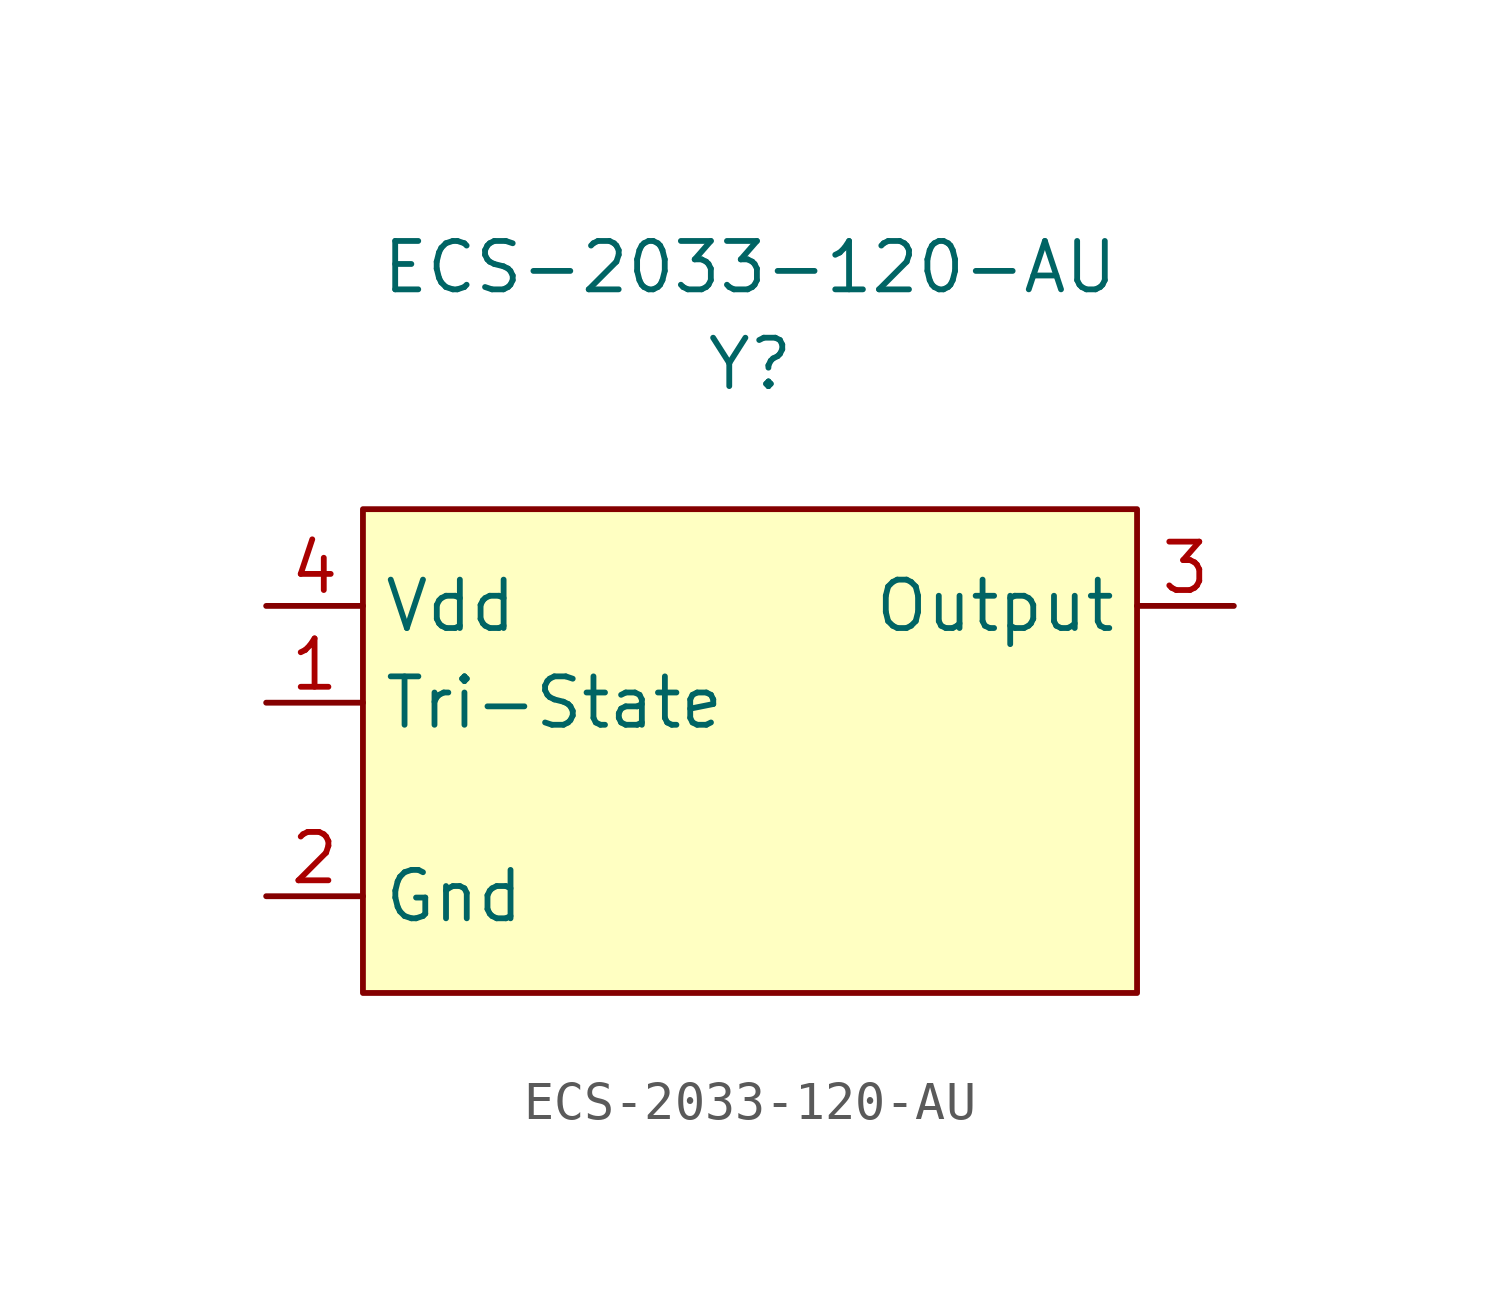
<source format=kicad_sym>
(kicad_symbol_lib
  (version 20220914)
  (generator kicad_symbol_editor)
  (symbol "ECS-2033-120-AU"
    (property "Reference" "Y"
      (at 0 10.16 0)
      (effects (font (size 1.27 1.27))))
    (property "Value" "ECS-2033-120-AU"
      (at 0 12.7 0)
      (effects (font (size 1.27 1.27))))
    (symbol "ECS-2033-120-AU_0_1"
      (rectangle (start -10.16 6.35) (end 10.16 -6.35) (stroke (width 0) (type default)) (fill (type background))))
    (symbol "ECS-2033-120-AU_1_1"
      (pin passive line (at -12.7 1.27 0) (length 2.54) (name "Tri-State" (effects (font (size 1.27 1.27)))) (number "1" (effects (font (size 1.27 1.27)))))
      (pin power_in line (at -12.7 -3.81 0) (length 2.54) (name "Gnd" (effects (font (size 1.27 1.27)))) (number "2" (effects (font (size 1.27 1.27)))))
      (pin output line (at 12.7 3.81 180) (length 2.54) (name "Output" (effects (font (size 1.27 1.27)))) (number "3" (effects (font (size 1.27 1.27)))))
      (pin power_in line (at -12.7 3.81 0) (length 2.54) (name "Vdd" (effects (font (size 1.27 1.27)))) (number "4" (effects (font (size 1.27 1.27))))))))
</source>
